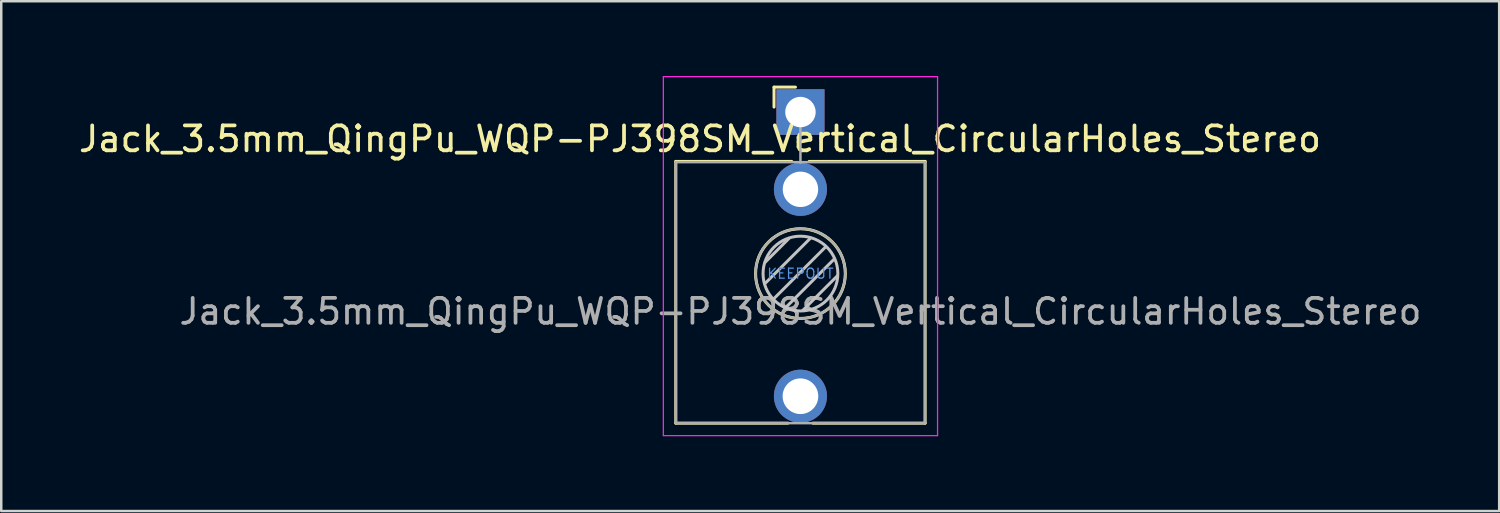
<source format=kicad_pcb>
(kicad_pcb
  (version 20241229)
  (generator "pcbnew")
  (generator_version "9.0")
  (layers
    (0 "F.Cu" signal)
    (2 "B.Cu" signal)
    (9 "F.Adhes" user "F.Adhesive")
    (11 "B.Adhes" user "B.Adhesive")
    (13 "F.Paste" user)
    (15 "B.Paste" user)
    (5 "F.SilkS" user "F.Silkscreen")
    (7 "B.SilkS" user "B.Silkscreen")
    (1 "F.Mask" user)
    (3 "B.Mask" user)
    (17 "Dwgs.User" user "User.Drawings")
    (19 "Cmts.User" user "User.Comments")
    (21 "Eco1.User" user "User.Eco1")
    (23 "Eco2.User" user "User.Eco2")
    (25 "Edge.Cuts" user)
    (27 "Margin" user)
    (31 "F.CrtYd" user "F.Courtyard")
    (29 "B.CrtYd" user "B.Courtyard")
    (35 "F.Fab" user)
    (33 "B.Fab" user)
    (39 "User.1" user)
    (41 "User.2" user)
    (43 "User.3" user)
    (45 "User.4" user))
  (footprint "Jack_3.5mm_QingPu_WQP-PJ398SM_Vertical_CircularHoles_Stereo"
    (layer "F.Cu")
    (at 29.06 1.445)
    (property "Reference" "Jack_3.5mm_QingPu_WQP-PJ398SM_Vertical_CircularHoles_Stereo" (at -4.03 1.08 180) (layer "F.SilkS") (effects (font (size 1 1) (thickness 0.15))))
    (attr through_hole)
    (fp_line (start -5 1.98) (end -5 12.48) (stroke (width 0.12) (type solid)) (layer "F.SilkS"))
    (fp_line (start -1.06 -1) (end -1.06 -0.2) (stroke (width 0.12) (type solid)) (layer "F.SilkS"))
    (fp_line (start -1.06 -1) (end -0.2 -1) (stroke (width 0.12) (type solid)) (layer "F.SilkS"))
    (fp_line (start -0.5 12.48) (end -5 12.48) (stroke (width 0.12) (type solid)) (layer "F.SilkS"))
    (fp_line (start -0.35 1.98) (end -5 1.98) (stroke (width 0.12) (type solid)) (layer "F.SilkS"))
    (fp_line (start 5 1.98) (end 0.35 1.98) (stroke (width 0.12) (type solid)) (layer "F.SilkS"))
    (fp_line (start 5 1.98) (end 5 12.48) (stroke (width 0.12) (type solid)) (layer "F.SilkS"))
    (fp_line (start 5 12.48) (end 0.5 12.48) (stroke (width 0.12) (type solid)) (layer "F.SilkS"))
    (fp_circle (center 0 6.48) (end 1.8 6.48) (stroke (width 0.12) (type solid)) (fill no) (layer "F.SilkS"))
    (fp_line (start -1.42 6.875) (end 0.4 5.06) (stroke (width 0.12) (type solid)) (layer "Dwgs.User"))
    (fp_line (start -1.41 6.02) (end -0.46 5.07) (stroke (width 0.12) (type solid)) (layer "Dwgs.User"))
    (fp_line (start -1.07 7.49) (end 1.01 5.41) (stroke (width 0.12) (type solid)) (layer "Dwgs.User"))
    (fp_line (start -0.58 7.83) (end 1.36 5.89) (stroke (width 0.12) (type solid)) (layer "Dwgs.User"))
    (fp_line (start 0.09 7.96) (end 1.48 6.57) (stroke (width 0.12) (type solid)) (layer "Dwgs.User"))
    (fp_circle (center 0 6.48) (end 1.5 6.48) (stroke (width 0.12) (type solid)) (fill no) (layer "Dwgs.User"))
    (fp_line (start -5.5 12.98) (end -5.5 -1.42) (stroke (width 0.05) (type solid)) (layer "F.CrtYd"))
    (fp_line (start 5.5 -1.42) (end -5.5 -1.42) (stroke (width 0.05) (type solid)) (layer "F.CrtYd"))
    (fp_line (start 5.5 12.98) (end -5.5 12.98) (stroke (width 0.05) (type solid)) (layer "F.CrtYd"))
    (fp_line (start 5.5 12.98) (end 5.5 -1.42) (stroke (width 0.05) (type solid)) (layer "F.CrtYd"))
    (fp_line (start -5 12.48) (end -5 2.08) (stroke (width 0.1) (type solid)) (layer "F.Fab"))
    (fp_line (start 0 0) (end 0 2.03) (stroke (width 0.1) (type solid)) (layer "F.Fab"))
    (fp_line (start 5 2.01) (end -5 2.01) (stroke (width 0.1) (type solid)) (layer "F.Fab"))
    (fp_line (start 5 12.48) (end -5 12.48) (stroke (width 0.1) (type solid)) (layer "F.Fab"))
    (fp_line (start 5 12.48) (end 5 2.08) (stroke (width 0.1) (type solid)) (layer "F.Fab"))
    (fp_circle (center 0 6.48) (end 1.8 6.48) (stroke (width 0.1) (type solid)) (fill no) (layer "F.Fab"))
    (fp_text user "KEEPOUT" (at 0 6.48 0) (layer "Cmts.User") (effects (font (size 0.4 0.4) (thickness 0.051))))
    (fp_text user "${REFERENCE}" (at 0 8 180) (layer "F.Fab") (effects (font (size 1 1) (thickness 0.15))))
    (pad "R" thru_hole circle (at 0 3.1 180) (size 2.13 2.13) (drill 1.42) (layers "*.Cu" "*.Mask"))
    (pad "S" thru_hole rect (at 0 0 180) (size 1.93 1.83) (drill 1.22) (layers "*.Cu" "*.Mask"))
    (pad "T" thru_hole circle (at 0 11.4 180) (size 2.13 2.13) (drill 1.43) (layers "*.Cu" "*.Mask")))
  (gr_rect
    (start -3 -3)
    (end 57.09 17.45)
    (stroke (width 0.1) (type default))
    (fill no)
    (layer "Edge.Cuts")))
</source>
